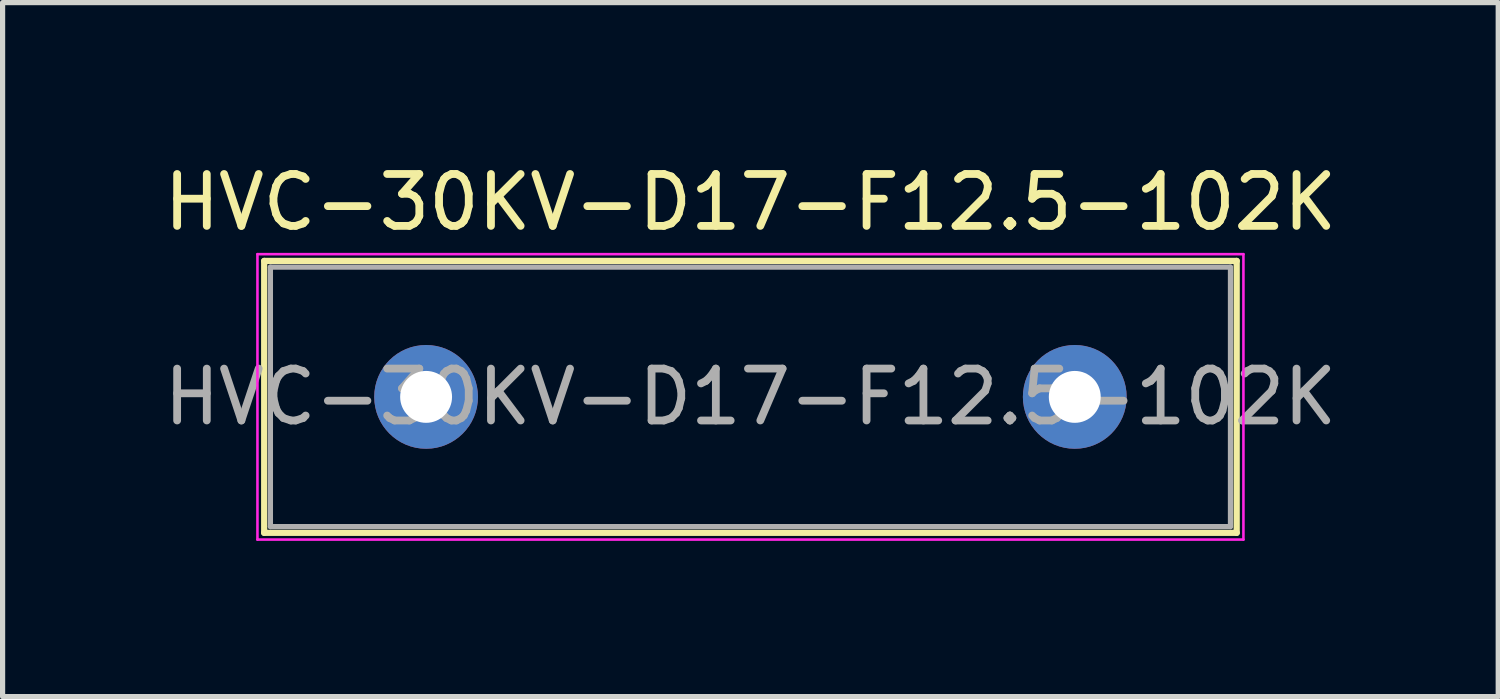
<source format=kicad_pcb>
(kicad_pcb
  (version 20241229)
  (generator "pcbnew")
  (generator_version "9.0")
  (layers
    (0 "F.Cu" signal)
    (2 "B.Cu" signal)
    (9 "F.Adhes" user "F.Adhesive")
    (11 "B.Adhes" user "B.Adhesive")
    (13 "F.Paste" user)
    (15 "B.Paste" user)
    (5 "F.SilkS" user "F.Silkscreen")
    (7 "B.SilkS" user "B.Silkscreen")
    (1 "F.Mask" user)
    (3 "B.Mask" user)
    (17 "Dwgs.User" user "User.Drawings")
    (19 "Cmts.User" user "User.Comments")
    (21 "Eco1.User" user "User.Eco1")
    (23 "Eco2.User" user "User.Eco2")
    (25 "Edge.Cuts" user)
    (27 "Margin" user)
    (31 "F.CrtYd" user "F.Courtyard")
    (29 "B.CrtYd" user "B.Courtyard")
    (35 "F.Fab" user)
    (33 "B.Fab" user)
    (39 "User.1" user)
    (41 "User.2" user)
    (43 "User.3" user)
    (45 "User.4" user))
  (footprint "HVC-30KV-D17-F12.5-102K"
    (layer "F.Cu")
    (at 5.161 4.598)
    (property "Reference" "HVC-30KV-D17-F12.5-102K" (at 6.25 -3.75 0) (layer "F.SilkS") (effects (font (size 1 1) (thickness 0.15))))
    (attr through_hole)
    (fp_line (start -3.12 -2.62) (end -3.12 2.62) (stroke (width 0.12) (type solid)) (layer "F.SilkS"))
    (fp_line (start -3.12 -2.62) (end 15.62 -2.62) (stroke (width 0.12) (type solid)) (layer "F.SilkS"))
    (fp_line (start -3.12 2.62) (end 15.62 2.62) (stroke (width 0.12) (type solid)) (layer "F.SilkS"))
    (fp_line (start 15.62 -2.62) (end 15.62 2.62) (stroke (width 0.12) (type solid)) (layer "F.SilkS"))
    (fp_line (start -3.25 -2.75) (end -3.25 2.75) (stroke (width 0.05) (type solid)) (layer "F.CrtYd"))
    (fp_line (start -3.25 2.75) (end 15.75 2.75) (stroke (width 0.05) (type solid)) (layer "F.CrtYd"))
    (fp_line (start 15.75 -2.75) (end -3.25 -2.75) (stroke (width 0.05) (type solid)) (layer "F.CrtYd"))
    (fp_line (start 15.75 2.75) (end 15.75 -2.75) (stroke (width 0.05) (type solid)) (layer "F.CrtYd"))
    (fp_line (start -3 -2.5) (end -3 2.5) (stroke (width 0.1) (type solid)) (layer "F.Fab"))
    (fp_line (start -3 2.5) (end 15.5 2.5) (stroke (width 0.1) (type solid)) (layer "F.Fab"))
    (fp_line (start 15.5 -2.5) (end -3 -2.5) (stroke (width 0.1) (type solid)) (layer "F.Fab"))
    (fp_line (start 15.5 2.5) (end 15.5 -2.5) (stroke (width 0.1) (type solid)) (layer "F.Fab"))
    (fp_text user "${REFERENCE}" (at 6.25 0 0) (layer "F.Fab") (effects (font (size 1 1) (thickness 0.15))))
    (pad "1" thru_hole circle (at 0 0) (size 2 2) (drill 1) (layers "*.Cu" "*.Mask"))
    (pad "2" thru_hole circle (at 12.5 0) (size 2 2) (drill 1) (layers "*.Cu" "*.Mask")))
  (gr_rect
    (start -3 -3)
    (end 25.821 10.373)
    (stroke (width 0.1) (type default))
    (fill no)
    (layer "Edge.Cuts")))
</source>
